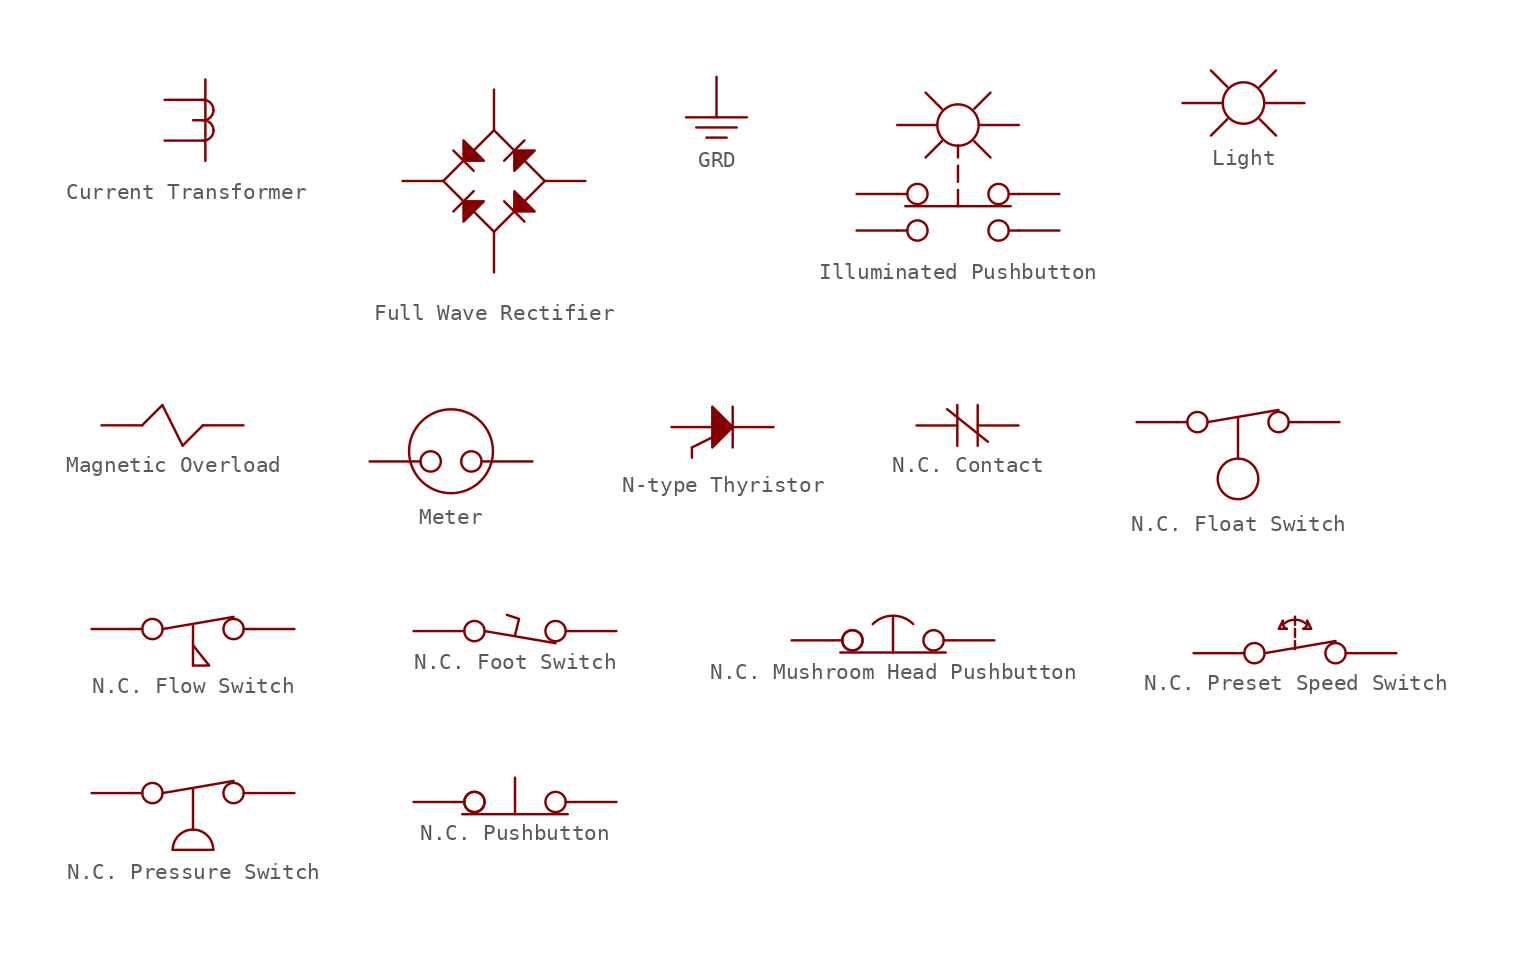
<source format=kicad_sym>
(kicad_symbol_lib
  (version 20241209)
  (generator "kicad_symbol_editor")
  (generator_version "9.0")
  (symbol "Current Transformer"
    (property "Reference" "U"
      (at 0 4.064 0)
      (effects (font (size 1.27 1.27)) (hide yes)))
    (property "Value" ""
      (at 0 0 0)
      (effects (font (size 1.27 1.27))))
    (symbol "Current Transformer_0_1"
      (arc (start 1.143 1.27) (mid 1.592 1.084) (end 1.778 0.635) (stroke (width 0) (type default)) (fill (type none)))
      (arc (start 1.778 0.635) (mid 1.592 0.186) (end 1.143 0) (stroke (width 0) (type default)) (fill (type none)))
      (arc (start 1.143 0) (mid 1.592 -0.186) (end 1.778 -0.635) (stroke (width 0) (type default)) (fill (type none)))
      (arc (start 1.778 -0.635) (mid 1.592 -1.084) (end 1.143 -1.27) (stroke (width 0) (type default)) (fill (type none)))
      (polyline (pts (xy 1.27 0) (xy 0.508 0)) (stroke (width 0) (type default)) (fill (type none))))
    (symbol "Current Transformer_1_1"
      (pin input line (at -1.27 1.27 0) (length 2.54) (name "" (effects (font (size 1.27 1.27)))) (number "" (effects (font (size 1.27 1.27)))))
      (pin input line (at -1.27 -1.27 0) (length 2.54) (name "" (effects (font (size 1.27 1.27)))) (number "" (effects (font (size 1.27 1.27)))))
      (pin input line (at 1.27 2.54 270) (length 2.54) (name "" (effects (font (size 1.27 1.27)))) (number "" (effects (font (size 1.27 1.27)))))
      (pin input line (at 1.27 -2.54 90) (length 2.54) (name "" (effects (font (size 1.27 1.27)))) (number "" (effects (font (size 1.27 1.27)))))))
  (symbol "Full Wave Rectifier"
    (property "Reference" "U"
      (at 0 7.366 0)
      (effects (font (size 1.27 1.27)) (hide yes)))
    (property "Value" ""
      (at 0 0 0)
      (effects (font (size 1.27 1.27))))
    (symbol "Full Wave Rectifier_0_1"
      (polyline (pts (xy -1.905 1.27) (xy -3.175 0)) (stroke (width 0) (type default)) (fill (type none)))
      (polyline (pts (xy -1.905 -1.27) (xy -3.175 0)) (stroke (width 0) (type default)) (fill (type none)))
      (polyline (pts (xy 0 3.175) (xy -1.27 1.905)) (stroke (width 0) (type default)) (fill (type none)))
      (polyline (pts (xy 0 -3.175) (xy -1.27 -1.905)) (stroke (width 0) (type default)) (fill (type none)))
      (polyline (pts (xy 1.27 1.905) (xy 0 3.175)) (stroke (width 0) (type default)) (fill (type none)))
      (polyline (pts (xy 1.27 -1.905) (xy 0 -3.175)) (stroke (width 0) (type default)) (fill (type none)))
      (polyline (pts (xy 3.175 0) (xy 1.905 1.27)) (stroke (width 0) (type default)) (fill (type none)))
      (polyline (pts (xy 3.175 0) (xy 1.905 -1.27)) (stroke (width 0) (type default)) (fill (type none))))
    (symbol "Full Wave Rectifier_1_1"
      (polyline (pts (xy -2.54 -1.905) (xy -1.27 -0.635)) (stroke (width 0) (type default)) (fill (type none)))
      (polyline (pts (xy -1.905 -2.54) (xy -0.635 -1.27) (xy -1.905 -1.27) (xy -1.905 -2.54)) (stroke (width 0) (type solid)) (fill (type outline)))
      (polyline (pts (xy -1.27 0.635) (xy -2.54 1.905)) (stroke (width 0) (type default)) (fill (type none)))
      (polyline (pts (xy -0.635 1.27) (xy -1.905 2.54) (xy -1.905 1.27) (xy -0.635 1.27)) (stroke (width 0) (type solid)) (fill (type outline)))
      (polyline (pts (xy 0.635 1.27) (xy 1.905 2.54)) (stroke (width 0) (type default)) (fill (type none)))
      (polyline (pts (xy 1.27 0.635) (xy 2.54 1.905) (xy 1.27 1.905) (xy 1.27 0.635)) (stroke (width 0) (type solid)) (fill (type outline)))
      (polyline (pts (xy 1.905 -2.54) (xy 0.635 -1.27)) (stroke (width 0) (type default)) (fill (type none)))
      (polyline (pts (xy 2.54 -1.905) (xy 1.27 -0.635) (xy 1.27 -1.905) (xy 2.54 -1.905)) (stroke (width 0) (type solid)) (fill (type outline)))
      (pin input line (at -5.715 0 0) (length 2.54) (name "" (effects (font (size 1.27 1.27)))) (number "" (effects (font (size 1.27 1.27)))))
      (pin input line (at 0 5.715 270) (length 2.54) (name "" (effects (font (size 1.27 1.27)))) (number "" (effects (font (size 1.27 1.27)))))
      (pin input line (at 0 -5.715 90) (length 2.54) (name "" (effects (font (size 1.27 1.27)))) (number "" (effects (font (size 1.27 1.27)))))
      (pin input line (at 5.715 0 180) (length 2.54) (name "" (effects (font (size 1.27 1.27)))) (number "" (effects (font (size 1.27 1.27)))))))
  (symbol "GRD"
    (power)
    (property "Reference" "U"
      (at 0 3.302 0)
      (effects (font (size 1.27 1.27)) (hide yes)))
    (property "Value" ""
      (at 0 0 0)
      (effects (font (size 1.27 1.27))))
    (symbol "GRD_0_1"
      (polyline (pts (xy -1.905 -0.635) (xy 1.905 -0.635)) (stroke (width 0) (type default)) (fill (type none)))
      (polyline (pts (xy -1.27 -1.27) (xy 1.27 -1.27)) (stroke (width 0) (type default)) (fill (type none)))
      (polyline (pts (xy -0.635 -1.905) (xy 0.635 -1.905)) (stroke (width 0) (type default)) (fill (type none))))
    (symbol "GRD_1_1"
      (pin input line (at 0 1.905 270) (length 2.54) (name "" (effects (font (size 1.27 1.27)))) (number "" (effects (font (size 1.27 1.27)))))))
  (symbol "Illuminated Pushbutton"
    (property "Reference" "U"
      (at 0 0 0)
      (effects (font (size 1.27 1.27)) (hide yes)))
    (property "Value" ""
      (at 0 0 0)
      (effects (font (size 1.27 1.27))))
    (symbol "Illuminated Pushbutton_0_1"
      (polyline (pts (xy -3.81 -6.858) (xy -3.175 -6.858)) (stroke (width 0) (type default)) (fill (type none)))
      (polyline (pts (xy -3.81 -9.144) (xy -3.175 -9.144)) (stroke (width 0) (type default)) (fill (type none)))
      (polyline (pts (xy -3.302 -7.62) (xy 3.302 -7.62)) (stroke (width 0) (type default)) (fill (type none)))
      (circle (center -2.54 -6.858) (radius 0.635) (stroke (width 0) (type default)) (fill (type none)))
      (circle (center -2.54 -9.144) (radius 0.635) (stroke (width 0) (type default)) (fill (type none)))
      (polyline (pts (xy -2.032 -0.508) (xy -1.016 -1.524)) (stroke (width 0) (type default)) (fill (type none)))
      (circle (center 0 -2.54) (radius 1.295) (stroke (width 0) (type default)) (fill (type none)))
      (polyline (pts (xy 0 -3.81) (xy 0 -4.572)) (stroke (width 0) (type default)) (fill (type none)))
      (polyline (pts (xy 0 -5.08) (xy 0 -6.096)) (stroke (width 0) (type default)) (fill (type none)))
      (polyline (pts (xy 0 -6.604) (xy 0 -7.62)) (stroke (width 0) (type default)) (fill (type none)))
      (polyline (pts (xy 1.016 -3.556) (xy 2.032 -4.572)) (stroke (width 0) (type default)) (fill (type none)))
      (circle (center 2.54 -6.858) (radius 0.635) (stroke (width 0) (type default)) (fill (type none)))
      (circle (center 2.54 -9.144) (radius 0.635) (stroke (width 0) (type default)) (fill (type none)))
      (polyline (pts (xy 3.81 -6.858) (xy 3.175 -6.858)) (stroke (width 0) (type default)) (fill (type none)))
      (polyline (pts (xy 3.81 -9.144) (xy 3.175 -9.144)) (stroke (width 0) (type default)) (fill (type none))))
    (symbol "Illuminated Pushbutton_1_1"
      (polyline (pts (xy -2.032 -4.572) (xy -1.016 -3.556)) (stroke (width 0) (type solid)) (fill (type none)))
      (polyline (pts (xy 1.016 -1.524) (xy 2.032 -0.508)) (stroke (width 0) (type solid)) (fill (type none)))
      (pin input line (at -6.35 -6.858 0) (length 2.54) (name "" (effects (font (size 1.27 1.27)))) (number "" (effects (font (size 1.27 1.27)))))
      (pin input line (at -6.35 -9.144 0) (length 2.54) (name "" (effects (font (size 1.27 1.27)))) (number "" (effects (font (size 1.27 1.27)))))
      (pin input line (at -3.81 -2.54 0) (length 2.489) (name "" (effects (font (size 1.27 1.27)))) (number "" (effects (font (size 1.27 1.27)))))
      (pin input line (at 3.81 -2.54 180) (length 2.489) (name "" (effects (font (size 1.27 1.27)))) (number "" (effects (font (size 1.27 1.27)))))
      (pin input line (at 6.35 -6.858 180) (length 2.54) (name "" (effects (font (size 1.27 1.27)))) (number "" (effects (font (size 1.27 1.27)))))
      (pin input line (at 6.35 -9.144 180) (length 2.54) (name "" (effects (font (size 1.27 1.27)))) (number "" (effects (font (size 1.27 1.27)))))))
  (symbol "Light"
    (property "Reference" "U"
      (at 0 2.54 0)
      (effects (font (size 1.27 1.27)) (hide yes)))
    (property "Value" ""
      (at 0 0 0)
      (effects (font (size 1.27 1.27))))
    (symbol "Light_0_1"
      (polyline (pts (xy -2.032 2.032) (xy -1.016 1.016)) (stroke (width 0) (type default)) (fill (type none)))
      (circle (center 0 0) (radius 1.295) (stroke (width 0) (type default)) (fill (type none)))
      (polyline (pts (xy 1.016 -1.016) (xy 2.032 -2.032)) (stroke (width 0) (type default)) (fill (type none))))
    (symbol "Light_1_1"
      (polyline (pts (xy -2.032 -2.032) (xy -1.016 -1.016)) (stroke (width 0) (type solid)) (fill (type none)))
      (polyline (pts (xy 1.016 1.016) (xy 2.032 2.032)) (stroke (width 0) (type solid)) (fill (type none)))
      (pin input line (at -3.81 0 0) (length 2.489) (name "" (effects (font (size 1.27 1.27)))) (number "" (effects (font (size 1.27 1.27)))))
      (pin input line (at 3.81 0 180) (length 2.489) (name "" (effects (font (size 1.27 1.27)))) (number "" (effects (font (size 1.27 1.27)))))))
  (symbol "Magnetic Overload"
    (property "Reference" "U"
      (at 0 2.54 0)
      (effects (font (size 1.27 1.27)) (hide yes)))
    (property "Value" ""
      (at 0 0 0)
      (effects (font (size 1.27 1.27))))
    (symbol "Magnetic Overload_0_1"
      (polyline (pts (xy -1.905 0) (xy -0.635 1.27)) (stroke (width 0) (type default)) (fill (type none)))
      (polyline (pts (xy -0.635 1.27) (xy 0.635 -1.27)) (stroke (width 0) (type default)) (fill (type none)))
      (polyline (pts (xy 0.635 -1.27) (xy 1.905 0)) (stroke (width 0) (type default)) (fill (type none))))
    (symbol "Magnetic Overload_1_1"
      (pin input line (at -4.445 0 0) (length 2.54) (name "" (effects (font (size 1.27 1.27)))) (number "" (effects (font (size 1.27 1.27)))))
      (pin input line (at 4.445 0 180) (length 2.54) (name "" (effects (font (size 1.27 1.27)))) (number "" (effects (font (size 1.27 1.27)))))))
  (symbol "Meter"
    (property "Reference" "U"
      (at 0 4.572 0)
      (effects (font (size 1.27 1.27)) (hide yes)))
    (property "Value" ""
      (at 0 0 0)
      (effects (font (size 1.27 1.27))))
    (symbol "Meter_0_1"
      (polyline (pts (xy -2.54 0) (xy -1.905 0)) (stroke (width 0) (type default)) (fill (type none)))
      (circle (center -1.27 0) (radius 0.635) (stroke (width 0) (type default)) (fill (type none)))
      (circle (center 0 0.635) (radius 2.618) (stroke (width 0) (type default)) (fill (type none)))
      (circle (center 1.27 0) (radius 0.635) (stroke (width 0) (type default)) (fill (type none)))
      (polyline (pts (xy 2.54 0) (xy 1.905 0)) (stroke (width 0) (type default)) (fill (type none))))
    (symbol "Meter_1_1"
      (pin input line (at -5.08 0 0) (length 2.54) (name "" (effects (font (size 1.27 1.27)))) (number "" (effects (font (size 1.27 1.27)))))
      (pin input line (at 5.08 0 180) (length 2.54) (name "" (effects (font (size 1.27 1.27)))) (number "" (effects (font (size 1.27 1.27)))))))
  (symbol "N-type Thyristor"
    (property "Reference" "U"
      (at 0 2.54 0)
      (effects (font (size 1.27 1.27)) (hide yes)))
    (property "Value" ""
      (at 0 0 0)
      (effects (font (size 1.27 1.27))))
    (symbol "N-type Thyristor_0_1"
      (polyline (pts (xy -0.635 -0.635) (xy -1.905 -1.27)) (stroke (width 0) (type default)) (fill (type none)))
      (polyline (pts (xy 0.635 1.27) (xy 0.635 -1.27)) (stroke (width 0) (type default)) (fill (type none))))
    (symbol "N-type Thyristor_1_1"
      (polyline (pts (xy 0.635 0) (xy -0.635 1.27) (xy -0.635 -1.27) (xy 0.635 0)) (stroke (width 0) (type solid)) (fill (type outline)))
      (pin input line (at -3.175 0 0) (length 2.54) (name "" (effects (font (size 1.27 1.27)))) (number "" (effects (font (size 1.27 1.27)))))
      (pin input line (at -1.905 -1.905 90) (length 0.635) (name "" (effects (font (size 1.27 1.27)))) (number "" (effects (font (size 1.27 1.27)))))
      (pin input line (at 3.175 0 180) (length 2.54) (name "" (effects (font (size 1.27 1.27)))) (number "" (effects (font (size 1.27 1.27)))))))
  (symbol "N.C. Contact"
    (property "Reference" "U"
      (at 0 2.286 0)
      (effects (font (size 1.27 1.27)) (hide yes)))
    (property "Value" ""
      (at 0 0 0)
      (effects (font (size 1.27 1.27))))
    (symbol "N.C. Contact_0_1"
      (polyline (pts (xy -1.27 1.016) (xy 1.27 -1.016)) (stroke (width 0) (type default)) (fill (type none)))
      (polyline (pts (xy -0.635 1.27) (xy -0.635 -1.27)) (stroke (width 0) (type default)) (fill (type none)))
      (polyline (pts (xy 0.635 1.27) (xy 0.635 -1.27)) (stroke (width 0) (type default)) (fill (type none))))
    (symbol "N.C. Contact_1_1"
      (pin input line (at -3.175 0 0) (length 2.54) (name "" (effects (font (size 1.27 1.27)))) (number "" (effects (font (size 1.27 1.27)))))
      (pin input line (at 3.175 0 180) (length 2.54) (name "" (effects (font (size 1.27 1.27)))) (number "" (effects (font (size 1.27 1.27)))))))
  (symbol "N.C. Float Switch"
    (property "Reference" "U"
      (at 0 1.524 0)
      (effects (font (size 1.27 1.27)) (hide yes)))
    (property "Value" ""
      (at 0 0 0)
      (effects (font (size 1.27 1.27))))
    (symbol "N.C. Float Switch_0_1"
      (polyline (pts (xy -3.81 0) (xy -3.175 0)) (stroke (width 0) (type default)) (fill (type none)))
      (circle (center -2.54 0) (radius 0.635) (stroke (width 0) (type default)) (fill (type none)))
      (polyline (pts (xy -1.905 0) (xy 2.54 0.762)) (stroke (width 0) (type default)) (fill (type none)))
      (polyline (pts (xy 0 0.254) (xy 0 -2.286)) (stroke (width 0) (type default)) (fill (type none)))
      (circle (center 0 -3.556) (radius 1.27) (stroke (width 0) (type default)) (fill (type none)))
      (circle (center 2.54 0) (radius 0.635) (stroke (width 0) (type default)) (fill (type none)))
      (polyline (pts (xy 3.81 0) (xy 3.175 0)) (stroke (width 0) (type default)) (fill (type none))))
    (symbol "N.C. Float Switch_1_1"
      (pin input line (at -6.35 0 0) (length 2.54) (name "" (effects (font (size 1.27 1.27)))) (number "" (effects (font (size 1.27 1.27)))))
      (pin input line (at 6.35 0 180) (length 2.54) (name "" (effects (font (size 1.27 1.27)))) (number "" (effects (font (size 1.27 1.27)))))))
  (symbol "N.C. Flow Switch"
    (property "Reference" "U"
      (at 0 1.524 0)
      (effects (font (size 1.27 1.27)) (hide yes)))
    (property "Value" ""
      (at 0 0 0)
      (effects (font (size 1.27 1.27))))
    (symbol "N.C. Flow Switch_0_1"
      (polyline (pts (xy -3.81 0) (xy -3.175 0)) (stroke (width 0) (type default)) (fill (type none)))
      (circle (center -2.54 0) (radius 0.635) (stroke (width 0) (type default)) (fill (type none)))
      (polyline (pts (xy -1.905 0) (xy 2.54 0.762)) (stroke (width 0) (type default)) (fill (type none)))
      (polyline (pts (xy 0 0.254) (xy 0 -2.286)) (stroke (width 0) (type default)) (fill (type none)))
      (polyline (pts (xy 0 -1.016) (xy 1.016 -2.286) (xy 0.254 -2.286) (xy 0 -2.286)) (stroke (width 0) (type default)) (fill (type none)))
      (circle (center 2.54 0) (radius 0.635) (stroke (width 0) (type default)) (fill (type none)))
      (polyline (pts (xy 3.81 0) (xy 3.175 0)) (stroke (width 0) (type default)) (fill (type none))))
    (symbol "N.C. Flow Switch_1_1"
      (pin input line (at -6.35 0 0) (length 2.54) (name "" (effects (font (size 1.27 1.27)))) (number "" (effects (font (size 1.27 1.27)))))
      (pin input line (at 6.35 0 180) (length 2.54) (name "" (effects (font (size 1.27 1.27)))) (number "" (effects (font (size 1.27 1.27)))))))
  (symbol "N.C. Foot Switch"
    (property "Reference" "U"
      (at 0 2.286 0)
      (effects (font (size 1.27 1.27)) (hide yes)))
    (property "Value" ""
      (at 0 0 0)
      (effects (font (size 1.27 1.27))))
    (symbol "N.C. Foot Switch_0_1"
      (polyline (pts (xy -3.81 0) (xy -3.175 0)) (stroke (width 0) (type default)) (fill (type none)))
      (circle (center -2.54 0) (radius 0.635) (stroke (width 0) (type default)) (fill (type none)))
      (polyline (pts (xy -1.905 0) (xy 2.54 -0.762)) (stroke (width 0) (type default)) (fill (type none)))
      (polyline (pts (xy 0 -0.254) (xy 0.254 0.762) (xy -0.508 1.016)) (stroke (width 0) (type default)) (fill (type none)))
      (circle (center 2.54 0) (radius 0.635) (stroke (width 0) (type default)) (fill (type none)))
      (polyline (pts (xy 3.81 0) (xy 3.175 0)) (stroke (width 0) (type default)) (fill (type none))))
    (symbol "N.C. Foot Switch_1_1"
      (pin input line (at -6.35 0 0) (length 2.54) (name "" (effects (font (size 1.27 1.27)))) (number "" (effects (font (size 1.27 1.27)))))
      (pin input line (at 6.35 0 180) (length 2.54) (name "" (effects (font (size 1.27 1.27)))) (number "" (effects (font (size 1.27 1.27)))))))
  (symbol "N.C. Mushroom Head Pushbutton"
    (property "Reference" "U"
      (at 0 2.794 0)
      (effects (font (size 1.27 1.27)) (hide yes)))
    (property "Value" ""
      (at 0 0 0)
      (effects (font (size 1.27 1.27))))
    (symbol "N.C. Mushroom Head Pushbutton_0_1"
      (polyline (pts (xy -3.81 0) (xy -3.175 0)) (stroke (width 0) (type default)) (fill (type none)))
      (polyline (pts (xy -3.302 -0.762) (xy 3.302 -0.762)) (stroke (width 0) (type default)) (fill (type none)))
      (circle (center -2.54 0) (radius 0.635) (stroke (width 0) (type default)) (fill (type none)))
      (circle (center -2.54 0) (radius 0.635) (stroke (width 0) (type default)) (fill (type none)))
      (arc (start -1.27 1.0158) (mid 0 1.5419) (end 1.27 1.0158) (stroke (width 0) (type default)) (fill (type none)))
      (polyline (pts (xy 0 -0.762) (xy 0 1.524)) (stroke (width 0) (type default)) (fill (type none)))
      (circle (center 2.54 0) (radius 0.635) (stroke (width 0) (type default)) (fill (type none)))
      (polyline (pts (xy 3.81 0) (xy 3.175 0)) (stroke (width 0) (type default)) (fill (type none))))
    (symbol "N.C. Mushroom Head Pushbutton_1_1"
      (pin input line (at -6.35 0 0) (length 2.54) (name "" (effects (font (size 1.27 1.27)))) (number "" (effects (font (size 1.27 1.27)))))
      (pin input line (at 6.35 0 180) (length 2.54) (name "" (effects (font (size 1.27 1.27)))) (number "" (effects (font (size 1.27 1.27)))))))
  (symbol "N.C. Preset Speed Switch"
    (property "Reference" "U"
      (at 0 3.556 0)
      (effects (font (size 1.27 1.27)) (hide yes)))
    (property "Value" ""
      (at 0 0 0)
      (effects (font (size 1.27 1.27))))
    (symbol "N.C. Preset Speed Switch_0_1"
      (polyline (pts (xy -3.81 0) (xy -3.175 0)) (stroke (width 0) (type default)) (fill (type none)))
      (circle (center -2.54 0) (radius 0.635) (stroke (width 0) (type default)) (fill (type none)))
      (polyline (pts (xy -1.905 0) (xy 2.54 0.762)) (stroke (width 0) (type default)) (fill (type none)))
      (polyline (pts (xy 0 1.778) (xy 0 2.286)) (stroke (width 0) (type default)) (fill (type none)))
      (polyline (pts (xy 0 1.016) (xy 0 1.524)) (stroke (width 0) (type default)) (fill (type none)))
      (arc (start -0.762 1.778) (mid 0 2.0936) (end 0.762 1.778) (stroke (width 0) (type default)) (fill (type none)))
      (polyline (pts (xy 0 0.254) (xy 0 0.762)) (stroke (width 0) (type default)) (fill (type none)))
      (circle (center 2.54 0) (radius 0.635) (stroke (width 0) (type default)) (fill (type none)))
      (polyline (pts (xy 3.81 0) (xy 3.175 0)) (stroke (width 0) (type default)) (fill (type none))))
    (symbol "N.C. Preset Speed Switch_1_1"
      (polyline (pts (xy -0.762 2.032) (xy -1.016 1.524) (xy -0.508 1.524)) (stroke (width 0) (type default)) (fill (type none)))
      (arc (start -0.508 1.524) (mid -0.7402 1.7254) (end -0.762 2.032) (stroke (width 0) (type default)) (fill (type none)))
      (arc (start 0.762 2.032) (mid 0.7402 1.7254) (end 0.508 1.524) (stroke (width 0) (type default)) (fill (type none)))
      (polyline (pts (xy 0.762 2.032) (xy 1.016 1.524) (xy 0.508 1.524)) (stroke (width 0) (type default)) (fill (type none)))
      (pin input line (at -6.35 0 0) (length 2.54) (name "" (effects (font (size 1.27 1.27)))) (number "" (effects (font (size 1.27 1.27)))))
      (pin input line (at 6.35 0 180) (length 2.54) (name "" (effects (font (size 1.27 1.27)))) (number "" (effects (font (size 1.27 1.27)))))))
  (symbol "N.C. Pressure Switch"
    (property "Reference" "U"
      (at 0 1.524 0)
      (effects (font (size 1.27 1.27)) (hide yes)))
    (property "Value" ""
      (at 0 0 0)
      (effects (font (size 1.27 1.27))))
    (symbol "N.C. Pressure Switch_0_1"
      (polyline (pts (xy -3.81 0) (xy -3.175 0)) (stroke (width 0) (type default)) (fill (type none)))
      (circle (center -2.54 0) (radius 0.635) (stroke (width 0) (type default)) (fill (type none)))
      (polyline (pts (xy -1.905 0) (xy 2.54 0.762)) (stroke (width 0) (type default)) (fill (type none)))
      (polyline (pts (xy -1.27 -3.556) (xy 1.27 -3.556)) (stroke (width 0) (type default)) (fill (type none)))
      (arc (start 0 -2.286) (mid 0.898 -2.658) (end 1.27 -3.556) (stroke (width 0) (type default)) (fill (type none)))
      (polyline (pts (xy 0 0.254) (xy 0 -2.286)) (stroke (width 0) (type default)) (fill (type none)))
      (arc (start -1.27 -3.556) (mid -0.898 -2.658) (end 0 -2.286) (stroke (width 0) (type default)) (fill (type none)))
      (circle (center 2.54 0) (radius 0.635) (stroke (width 0) (type default)) (fill (type none)))
      (polyline (pts (xy 3.81 0) (xy 3.175 0)) (stroke (width 0) (type default)) (fill (type none))))
    (symbol "N.C. Pressure Switch_1_1"
      (pin input line (at -6.35 0 0) (length 2.54) (name "" (effects (font (size 1.27 1.27)))) (number "" (effects (font (size 1.27 1.27)))))
      (pin input line (at 6.35 0 180) (length 2.54) (name "" (effects (font (size 1.27 1.27)))) (number "" (effects (font (size 1.27 1.27)))))))
  (symbol "N.C. Pushbutton"
    (property "Reference" "U"
      (at 0 2.794 0)
      (effects (font (size 1.27 1.27)) (hide yes)))
    (property "Value" ""
      (at 0 0 0)
      (effects (font (size 1.27 1.27))))
    (symbol "N.C. Pushbutton_0_1"
      (polyline (pts (xy -3.81 0) (xy -3.175 0)) (stroke (width 0) (type default)) (fill (type none)))
      (polyline (pts (xy -3.302 -0.762) (xy 3.302 -0.762)) (stroke (width 0) (type default)) (fill (type none)))
      (circle (center -2.54 0) (radius 0.635) (stroke (width 0) (type default)) (fill (type none)))
      (circle (center -2.54 0) (radius 0.635) (stroke (width 0) (type default)) (fill (type none)))
      (polyline (pts (xy 0 -0.762) (xy 0 1.524)) (stroke (width 0) (type default)) (fill (type none)))
      (circle (center 2.54 0) (radius 0.635) (stroke (width 0) (type default)) (fill (type none)))
      (polyline (pts (xy 3.81 0) (xy 3.175 0)) (stroke (width 0) (type default)) (fill (type none))))
    (symbol "N.C. Pushbutton_1_1"
      (pin input line (at -6.35 0 0) (length 2.54) (name "" (effects (font (size 1.27 1.27)))) (number "" (effects (font (size 1.27 1.27)))))
      (pin input line (at 6.35 0 180) (length 2.54) (name "" (effects (font (size 1.27 1.27)))) (number "" (effects (font (size 1.27 1.27))))))))
</source>
